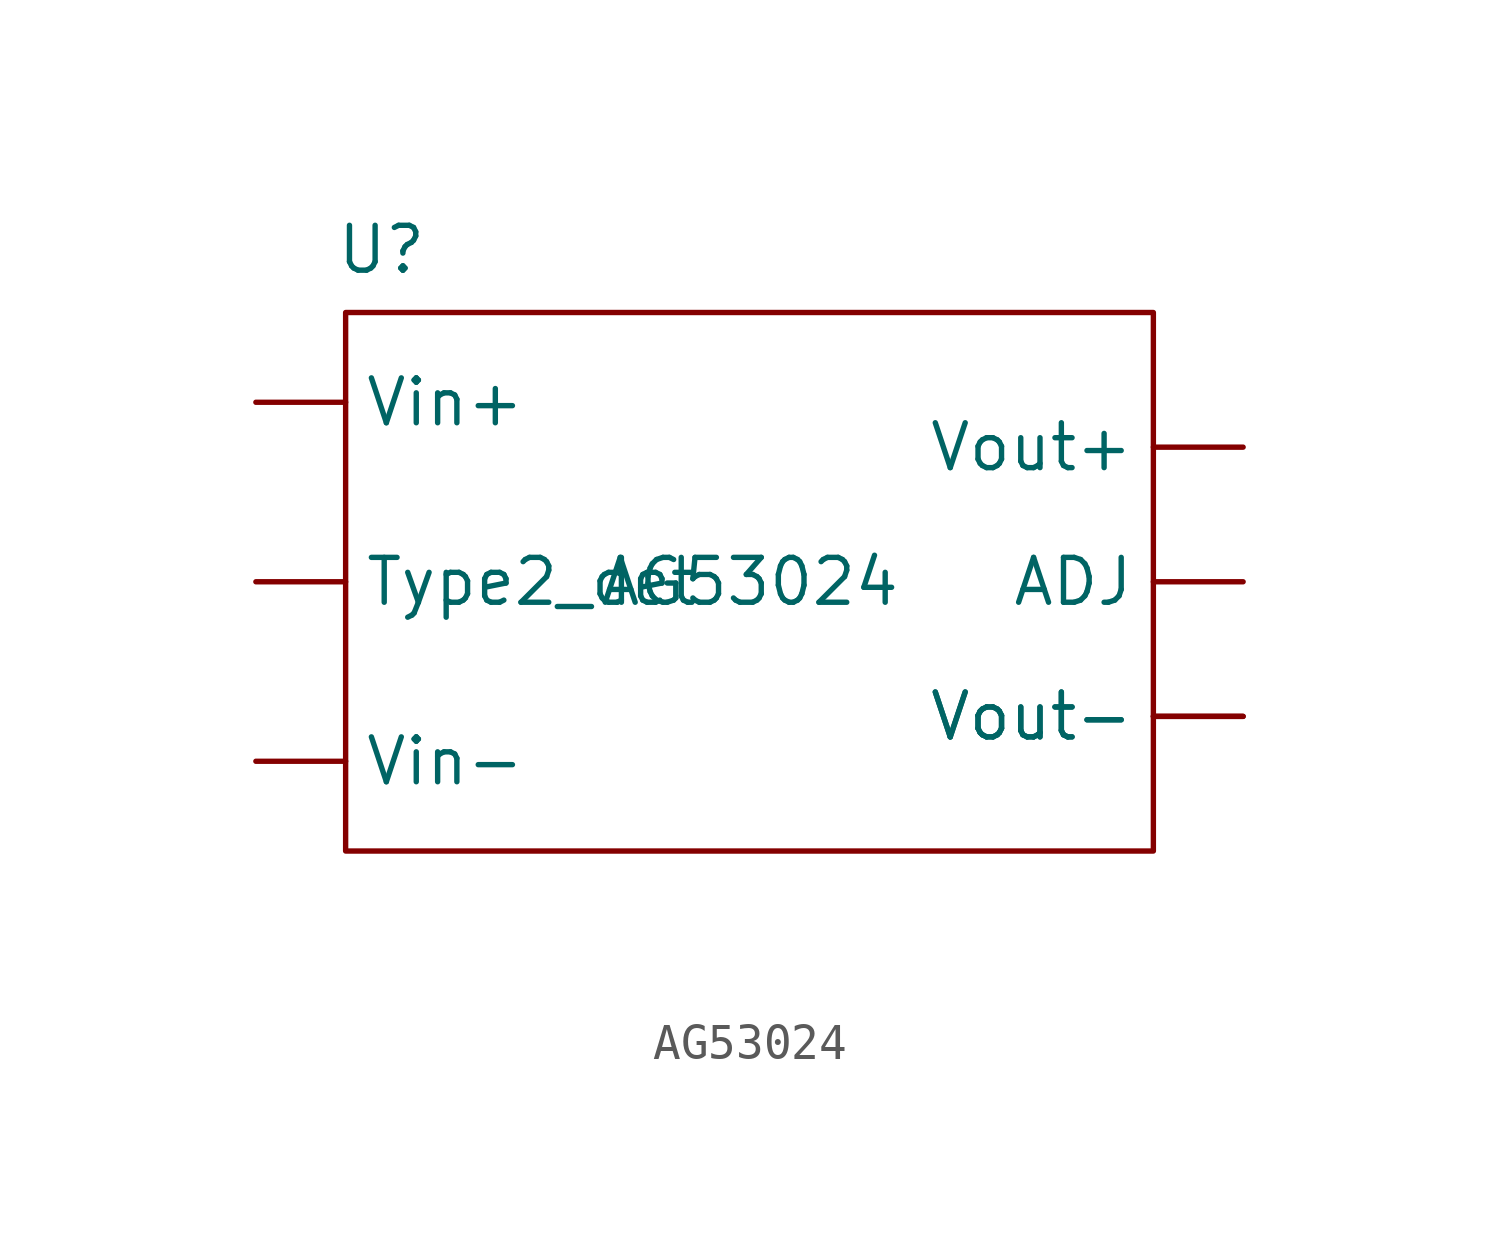
<source format=kicad_sym>
(kicad_symbol_lib
  (version 20241209)
  (generator "kicad_symbol_editor")
  (generator_version "9.0")
  (symbol "AG53024"
    (pin_numbers
      (hide yes))
    (property "Reference" "U"
      (at -10.414 9.398 0)
      (effects (font (size 1.27 1.27))))
    (property "Value" "AG53024"
      (at 0 0 0)
      (effects (font (size 1.27 1.27))))
    (symbol "AG53024_0_1"
      (rectangle (start -11.43 7.62) (end 11.43 -7.62) (stroke (width 0) (type default)) (fill (type none))))
    (symbol "AG53024_1_1"
      (pin input line (at -13.97 5.08 0) (length 2.54) (name "Vin+" (effects (font (size 1.27 1.27)))) (number "1" (effects (font (size 1.27 1.27)))))
      (pin input line (at -13.97 0 0) (length 2.54) (name "Type2_det" (effects (font (size 1.27 1.27)))) (number "3" (effects (font (size 1.27 1.27)))))
      (pin input line (at -13.97 -5.08 0) (length 2.54) (name "Vin-" (effects (font (size 1.27 1.27)))) (number "2" (effects (font (size 1.27 1.27)))))
      (pin no_connect line (at -6.35 -10.16 90) (length 2.54) (hide yes) (name "n.c." (effects (font (size 1.27 1.27)))) (number "4" (effects (font (size 1.27 1.27)))))
      (pin no_connect line (at -5.08 -10.16 90) (length 2.54) (hide yes) (name "n.c." (effects (font (size 1.27 1.27)))) (number "5" (effects (font (size 1.27 1.27)))))
      (pin no_connect line (at -3.81 -10.16 90) (length 2.54) (hide yes) (name "n.c." (effects (font (size 1.27 1.27)))) (number "6" (effects (font (size 1.27 1.27)))))
      (pin output line (at 13.97 3.81 180) (length 2.54) (name "Vout+" (effects (font (size 1.27 1.27)))) (number "8" (effects (font (size 1.27 1.27)))))
      (pin output line (at 13.97 0 180) (length 2.54) (name "ADJ" (effects (font (size 1.27 1.27)))) (number "9" (effects (font (size 1.27 1.27)))))
      (pin output line (at 13.97 -3.81 180) (length 2.54) (name "Vout-" (effects (font (size 1.27 1.27)))) (number "10" (effects (font (size 1.27 1.27)))))
      (pin output line (at 13.97 -3.81 180) (length 2.54) (name "Vout-" (effects (font (size 1.27 1.27)))) (number "7" (effects (font (size 1.27 1.27))))))))
</source>
